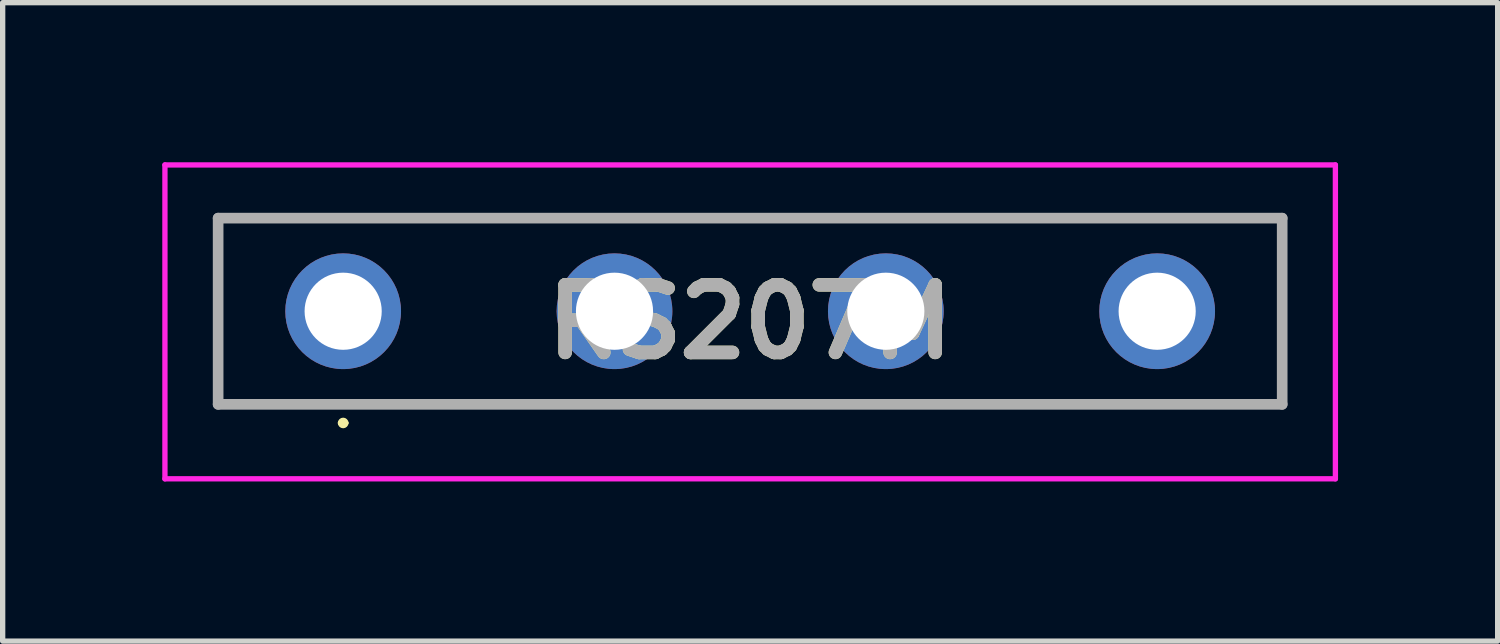
<source format=kicad_pcb>
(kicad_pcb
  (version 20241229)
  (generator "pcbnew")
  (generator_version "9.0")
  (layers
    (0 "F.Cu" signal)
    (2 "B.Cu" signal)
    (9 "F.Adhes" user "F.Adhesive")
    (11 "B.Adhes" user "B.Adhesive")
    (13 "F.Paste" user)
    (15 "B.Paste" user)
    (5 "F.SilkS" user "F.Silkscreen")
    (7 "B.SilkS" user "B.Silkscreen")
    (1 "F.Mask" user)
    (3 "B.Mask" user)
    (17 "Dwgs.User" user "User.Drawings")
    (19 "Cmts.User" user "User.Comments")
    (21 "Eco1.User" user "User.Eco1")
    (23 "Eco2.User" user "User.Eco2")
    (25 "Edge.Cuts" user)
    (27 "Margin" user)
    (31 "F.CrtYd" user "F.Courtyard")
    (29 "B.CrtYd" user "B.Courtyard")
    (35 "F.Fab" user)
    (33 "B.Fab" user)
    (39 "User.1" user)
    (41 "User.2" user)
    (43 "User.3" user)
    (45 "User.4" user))
  (footprint "RS207M"
    (layer "F.Cu")
    (at 11.05 3)
    (property "Reference" "RS207M" (at 0 0 0) (layer "F.SilkS") (effects (font (size 1.27 1.27) (thickness 0.254))))
    (attr through_hole)
    (fp_line (start -10 -1.95) (end 10 -1.95) (stroke (width 0.1) (type solid)) (layer "F.SilkS"))
    (fp_line (start -10 1.55) (end -10 -1.95) (stroke (width 0.1) (type solid)) (layer "F.SilkS"))
    (fp_line (start -7.7 1.9) (end -7.7 1.9) (stroke (width 0.1) (type solid)) (layer "F.SilkS"))
    (fp_line (start -7.6 1.9) (end -7.6 1.9) (stroke (width 0.1) (type solid)) (layer "F.SilkS"))
    (fp_line (start 10 -1.95) (end 10 1.55) (stroke (width 0.1) (type solid)) (layer "F.SilkS"))
    (fp_line (start 10 1.55) (end -10 1.55) (stroke (width 0.1) (type solid)) (layer "F.SilkS"))
    (fp_arc (start -7.7 1.9) (mid -7.65 1.85) (end -7.6 1.9) (stroke (width 0.1) (type solid)) (layer "F.SilkS"))
    (fp_arc (start -7.6 1.9) (mid -7.65 1.95) (end -7.7 1.9) (stroke (width 0.1) (type solid)) (layer "F.SilkS"))
    (fp_line (start -11 -2.95) (end 11 -2.95) (stroke (width 0.1) (type solid)) (layer "F.CrtYd"))
    (fp_line (start -11 2.95) (end -11 -2.95) (stroke (width 0.1) (type solid)) (layer "F.CrtYd"))
    (fp_line (start 11 -2.95) (end 11 2.95) (stroke (width 0.1) (type solid)) (layer "F.CrtYd"))
    (fp_line (start 11 2.95) (end -11 2.95) (stroke (width 0.1) (type solid)) (layer "F.CrtYd"))
    (fp_line (start -10 -1.95) (end 10 -1.95) (stroke (width 0.2) (type solid)) (layer "F.Fab"))
    (fp_line (start -10 1.55) (end -10 -1.95) (stroke (width 0.2) (type solid)) (layer "F.Fab"))
    (fp_line (start 10 -1.95) (end 10 1.55) (stroke (width 0.2) (type solid)) (layer "F.Fab"))
    (fp_line (start 10 1.55) (end -10 1.55) (stroke (width 0.2) (type solid)) (layer "F.Fab"))
    (fp_text user "${REFERENCE}" (at 0 0 0) (layer "F.Fab") (effects (font (size 1.27 1.27) (thickness 0.254))))
    (pad "1" thru_hole circle (at -7.65 -0.2) (size 2.175 2.175) (drill 1.45) (layers "*.Cu" "*.Mask"))
    (pad "2" thru_hole circle (at -2.55 -0.2) (size 2.175 2.175) (drill 1.45) (layers "*.Cu" "*.Mask"))
    (pad "3" thru_hole circle (at 2.55 -0.2) (size 2.175 2.175) (drill 1.45) (layers "*.Cu" "*.Mask"))
    (pad "4" thru_hole circle (at 7.65 -0.2) (size 2.175 2.175) (drill 1.45) (layers "*.Cu" "*.Mask")))
  (gr_rect
    (start -3 -3)
    (end 25.1 9)
    (stroke (width 0.1) (type default))
    (fill no)
    (layer "Edge.Cuts")))
</source>
